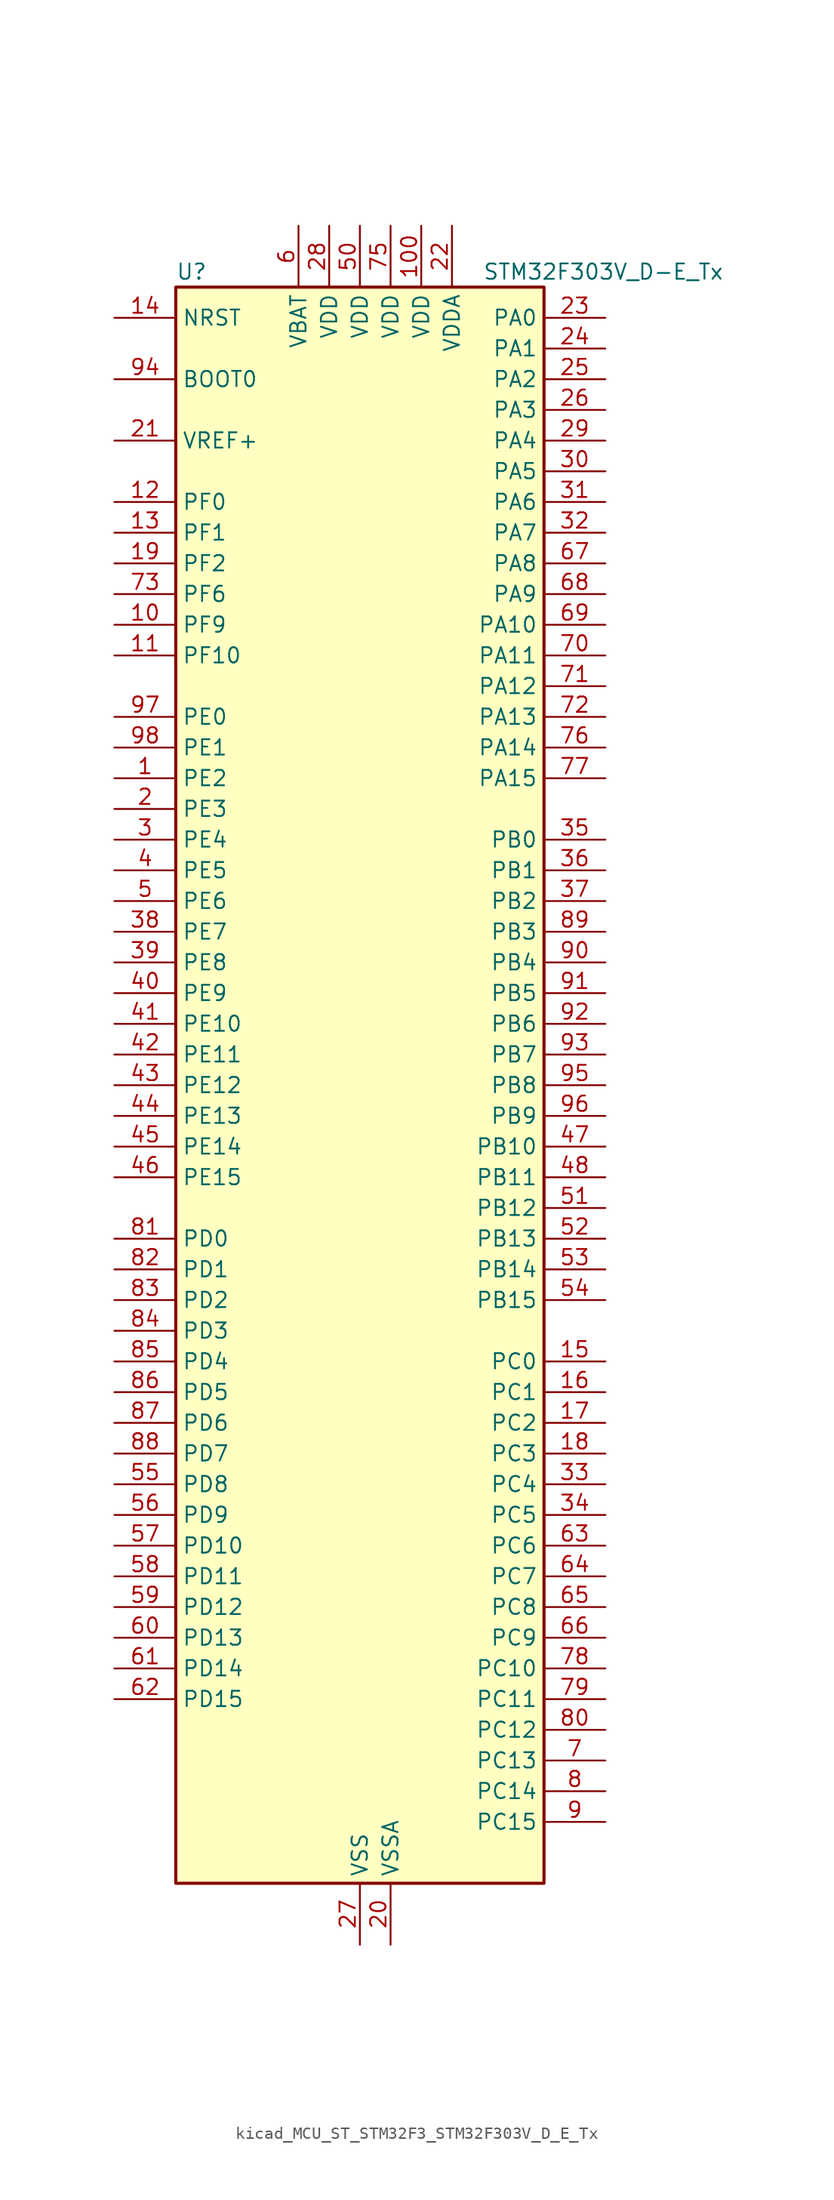
<source format=kicad_sym>
(kicad_symbol_lib
  (version 20220914)
  (generator kicad_symbol_editor)
  (symbol "kicad_MCU_ST_STM32F3_STM32F303V_D_E_Tx"
    (property "Reference" "U"
      (at -15.24 67.31 0)
      (effects (font (size 1.27 1.27)) (justify left)))
    (property "Value" "STM32F303V_D-E_Tx"
      (at 10.16 67.31 0)
      (effects (font (size 1.27 1.27)) (justify left)))
    (property "ki_locked" ""
      (at 0 0 0)
      (effects (font (size 1.27 1.27))))
    (symbol "kicad_MCU_ST_STM32F3_STM32F303V_D_E_Tx_0_1"
      (rectangle (start -15.24 -66.04) (end 15.24 66.04) (stroke (width 0.254) (type default)) (fill (type background))))
    (symbol "kicad_MCU_ST_STM32F3_STM32F303V_D_E_Tx_1_1"
      (pin bidirectional line (at -20.32 25.4 0) (length 5.08) (name "PE2" (effects (font (size 1.27 1.27)))) (number "1" (effects (font (size 1.27 1.27)))) (alternate "ADC3_EXTI2" bidirectional line) (alternate "ADC4_EXTI2" bidirectional line) (alternate "FMC_A23" bidirectional line) (alternate "SPI4_SCK" bidirectional line) (alternate "SYS_TRACECK" bidirectional line) (alternate "TIM20_CH1" bidirectional line) (alternate "TIM3_CH1" bidirectional line) (alternate "TSC_G7_IO1" bidirectional line))
      (pin bidirectional line (at -20.32 38.1 0) (length 5.08) (name "PF9" (effects (font (size 1.27 1.27)))) (number "10" (effects (font (size 1.27 1.27)))) (alternate "DAC1_EXTI9" bidirectional line) (alternate "FMC_CD" bidirectional line) (alternate "SPI2_SCK" bidirectional line) (alternate "TIM15_CH1" bidirectional line) (alternate "TIM20_BKIN" bidirectional line))
      (pin power_in line (at 5.08 71.12 270) (length 5.08) (name "VDD" (effects (font (size 1.27 1.27)))) (number "100" (effects (font (size 1.27 1.27)))))
      (pin bidirectional line (at -20.32 35.56 0) (length 5.08) (name "PF10" (effects (font (size 1.27 1.27)))) (number "11" (effects (font (size 1.27 1.27)))) (alternate "FMC_INTR" bidirectional line) (alternate "SPI2_SCK" bidirectional line) (alternate "TIM15_CH2" bidirectional line) (alternate "TIM20_BKIN2" bidirectional line))
      (pin bidirectional line (at -20.32 48.26 0) (length 5.08) (name "PF0" (effects (font (size 1.27 1.27)))) (number "12" (effects (font (size 1.27 1.27)))) (alternate "I2C2_SDA" bidirectional line) (alternate "I2S2_WS" bidirectional line) (alternate "RCC_OSC_IN" bidirectional line) (alternate "SPI2_NSS" bidirectional line) (alternate "TIM1_CH3N" bidirectional line))
      (pin bidirectional line (at -20.32 45.72 0) (length 5.08) (name "PF1" (effects (font (size 1.27 1.27)))) (number "13" (effects (font (size 1.27 1.27)))) (alternate "I2C2_SCL" bidirectional line) (alternate "I2S2_CK" bidirectional line) (alternate "RCC_OSC_OUT" bidirectional line) (alternate "SPI2_SCK" bidirectional line))
      (pin input line (at -20.32 63.5 0) (length 5.08) (name "NRST" (effects (font (size 1.27 1.27)))) (number "14" (effects (font (size 1.27 1.27)))))
      (pin bidirectional line (at 20.32 -22.86 180) (length 5.08) (name "PC0" (effects (font (size 1.27 1.27)))) (number "15" (effects (font (size 1.27 1.27)))) (alternate "ADC1_IN6" bidirectional line) (alternate "ADC2_IN6" bidirectional line) (alternate "COMP7_INM" bidirectional line) (alternate "TIM1_CH1" bidirectional line))
      (pin bidirectional line (at 20.32 -25.4 180) (length 5.08) (name "PC1" (effects (font (size 1.27 1.27)))) (number "16" (effects (font (size 1.27 1.27)))) (alternate "ADC1_IN7" bidirectional line) (alternate "ADC2_IN7" bidirectional line) (alternate "COMP7_INP" bidirectional line) (alternate "TIM1_CH2" bidirectional line))
      (pin bidirectional line (at 20.32 -27.94 180) (length 5.08) (name "PC2" (effects (font (size 1.27 1.27)))) (number "17" (effects (font (size 1.27 1.27)))) (alternate "ADC1_IN8" bidirectional line) (alternate "ADC2_IN8" bidirectional line) (alternate "ADC3_EXTI2" bidirectional line) (alternate "ADC4_EXTI2" bidirectional line) (alternate "COMP7_OUT" bidirectional line) (alternate "TIM1_CH3" bidirectional line))
      (pin bidirectional line (at 20.32 -30.48 180) (length 5.08) (name "PC3" (effects (font (size 1.27 1.27)))) (number "18" (effects (font (size 1.27 1.27)))) (alternate "ADC1_IN9" bidirectional line) (alternate "ADC2_IN9" bidirectional line) (alternate "TIM1_BKIN2" bidirectional line) (alternate "TIM1_CH4" bidirectional line))
      (pin bidirectional line (at -20.32 43.18 0) (length 5.08) (name "PF2" (effects (font (size 1.27 1.27)))) (number "19" (effects (font (size 1.27 1.27)))) (alternate "ADC1_IN10" bidirectional line) (alternate "ADC2_IN10" bidirectional line) (alternate "ADC3_EXTI2" bidirectional line) (alternate "ADC4_EXTI2" bidirectional line) (alternate "FMC_A2" bidirectional line) (alternate "TIM20_CH3" bidirectional line))
      (pin bidirectional line (at -20.32 22.86 0) (length 5.08) (name "PE3" (effects (font (size 1.27 1.27)))) (number "2" (effects (font (size 1.27 1.27)))) (alternate "FMC_A19" bidirectional line) (alternate "SPI4_NSS" bidirectional line) (alternate "SYS_TRACED0" bidirectional line) (alternate "TIM20_CH2" bidirectional line) (alternate "TIM3_CH2" bidirectional line) (alternate "TSC_G7_IO2" bidirectional line))
      (pin power_in line (at 2.54 -71.12 90) (length 5.08) (name "VSSA" (effects (font (size 1.27 1.27)))) (number "20" (effects (font (size 1.27 1.27)))))
      (pin input line (at -20.32 53.34 0) (length 5.08) (name "VREF+" (effects (font (size 1.27 1.27)))) (number "21" (effects (font (size 1.27 1.27)))))
      (pin power_in line (at 7.62 71.12 270) (length 5.08) (name "VDDA" (effects (font (size 1.27 1.27)))) (number "22" (effects (font (size 1.27 1.27)))))
      (pin bidirectional line (at 20.32 63.5 180) (length 5.08) (name "PA0" (effects (font (size 1.27 1.27)))) (number "23" (effects (font (size 1.27 1.27)))) (alternate "ADC1_IN1" bidirectional line) (alternate "COMP1_INM" bidirectional line) (alternate "COMP1_OUT" bidirectional line) (alternate "RTC_TAMP2" bidirectional line) (alternate "SYS_WKUP1" bidirectional line) (alternate "TIM2_CH1" bidirectional line) (alternate "TIM2_ETR" bidirectional line) (alternate "TIM8_BKIN" bidirectional line) (alternate "TIM8_ETR" bidirectional line) (alternate "TSC_G1_IO1" bidirectional line) (alternate "USART2_CTS" bidirectional line))
      (pin bidirectional line (at 20.32 60.96 180) (length 5.08) (name "PA1" (effects (font (size 1.27 1.27)))) (number "24" (effects (font (size 1.27 1.27)))) (alternate "ADC1_IN2" bidirectional line) (alternate "COMP1_INP" bidirectional line) (alternate "OPAMP1_VINP" bidirectional line) (alternate "OPAMP1_VINP_SEC" bidirectional line) (alternate "OPAMP3_VINP" bidirectional line) (alternate "OPAMP3_VINP_SEC" bidirectional line) (alternate "RTC_REFIN" bidirectional line) (alternate "TIM15_CH1N" bidirectional line) (alternate "TIM2_CH2" bidirectional line) (alternate "TSC_G1_IO2" bidirectional line) (alternate "USART2_DE" bidirectional line) (alternate "USART2_RTS" bidirectional line))
      (pin bidirectional line (at 20.32 58.42 180) (length 5.08) (name "PA2" (effects (font (size 1.27 1.27)))) (number "25" (effects (font (size 1.27 1.27)))) (alternate "ADC1_IN3" bidirectional line) (alternate "ADC3_EXTI2" bidirectional line) (alternate "ADC4_EXTI2" bidirectional line) (alternate "COMP2_INM" bidirectional line) (alternate "COMP2_OUT" bidirectional line) (alternate "OPAMP1_VOUT" bidirectional line) (alternate "TIM15_CH1" bidirectional line) (alternate "TIM2_CH3" bidirectional line) (alternate "TSC_G1_IO3" bidirectional line) (alternate "USART2_TX" bidirectional line))
      (pin bidirectional line (at 20.32 55.88 180) (length 5.08) (name "PA3" (effects (font (size 1.27 1.27)))) (number "26" (effects (font (size 1.27 1.27)))) (alternate "ADC1_IN4" bidirectional line) (alternate "OPAMP1_VINM" bidirectional line) (alternate "OPAMP1_VINM_SEC" bidirectional line) (alternate "OPAMP1_VINP" bidirectional line) (alternate "OPAMP1_VINP_SEC" bidirectional line) (alternate "TIM15_CH2" bidirectional line) (alternate "TIM2_CH4" bidirectional line) (alternate "TSC_G1_IO4" bidirectional line) (alternate "USART2_RX" bidirectional line))
      (pin power_in line (at 0 -71.12 90) (length 5.08) (name "VSS" (effects (font (size 1.27 1.27)))) (number "27" (effects (font (size 1.27 1.27)))))
      (pin power_in line (at -2.54 71.12 270) (length 5.08) (name "VDD" (effects (font (size 1.27 1.27)))) (number "28" (effects (font (size 1.27 1.27)))))
      (pin bidirectional line (at 20.32 53.34 180) (length 5.08) (name "PA4" (effects (font (size 1.27 1.27)))) (number "29" (effects (font (size 1.27 1.27)))) (alternate "ADC2_IN1" bidirectional line) (alternate "COMP1_INM" bidirectional line) (alternate "COMP2_INM" bidirectional line) (alternate "COMP3_INM" bidirectional line) (alternate "COMP4_INM" bidirectional line) (alternate "COMP5_INM" bidirectional line) (alternate "COMP6_INM" bidirectional line) (alternate "COMP7_INM" bidirectional line) (alternate "DAC1_OUT1" bidirectional line) (alternate "I2S3_WS" bidirectional line) (alternate "OPAMP4_VINP" bidirectional line) (alternate "OPAMP4_VINP_SEC" bidirectional line) (alternate "SPI1_NSS" bidirectional line) (alternate "SPI3_NSS" bidirectional line) (alternate "TIM3_CH2" bidirectional line) (alternate "TSC_G2_IO1" bidirectional line) (alternate "USART2_CK" bidirectional line))
      (pin bidirectional line (at -20.32 20.32 0) (length 5.08) (name "PE4" (effects (font (size 1.27 1.27)))) (number "3" (effects (font (size 1.27 1.27)))) (alternate "FMC_A20" bidirectional line) (alternate "SPI4_NSS" bidirectional line) (alternate "SYS_TRACED1" bidirectional line) (alternate "TIM20_CH1N" bidirectional line) (alternate "TIM3_CH3" bidirectional line) (alternate "TSC_G7_IO3" bidirectional line))
      (pin bidirectional line (at 20.32 50.8 180) (length 5.08) (name "PA5" (effects (font (size 1.27 1.27)))) (number "30" (effects (font (size 1.27 1.27)))) (alternate "ADC2_IN2" bidirectional line) (alternate "COMP1_INM" bidirectional line) (alternate "COMP2_INM" bidirectional line) (alternate "COMP3_INM" bidirectional line) (alternate "COMP4_INM" bidirectional line) (alternate "COMP5_INM" bidirectional line) (alternate "COMP6_INM" bidirectional line) (alternate "COMP7_INM" bidirectional line) (alternate "DAC1_OUT2" bidirectional line) (alternate "OPAMP1_VINP" bidirectional line) (alternate "OPAMP1_VINP_SEC" bidirectional line) (alternate "OPAMP2_VINM" bidirectional line) (alternate "OPAMP2_VINM_SEC" bidirectional line) (alternate "OPAMP3_VINP" bidirectional line) (alternate "OPAMP3_VINP_SEC" bidirectional line) (alternate "SPI1_SCK" bidirectional line) (alternate "TIM2_CH1" bidirectional line) (alternate "TIM2_ETR" bidirectional line) (alternate "TSC_G2_IO2" bidirectional line))
      (pin bidirectional line (at 20.32 48.26 180) (length 5.08) (name "PA6" (effects (font (size 1.27 1.27)))) (number "31" (effects (font (size 1.27 1.27)))) (alternate "ADC2_IN3" bidirectional line) (alternate "COMP1_OUT" bidirectional line) (alternate "OPAMP2_VOUT" bidirectional line) (alternate "SPI1_MISO" bidirectional line) (alternate "TIM16_CH1" bidirectional line) (alternate "TIM1_BKIN" bidirectional line) (alternate "TIM3_CH1" bidirectional line) (alternate "TIM8_BKIN" bidirectional line) (alternate "TSC_G2_IO3" bidirectional line))
      (pin bidirectional line (at 20.32 45.72 180) (length 5.08) (name "PA7" (effects (font (size 1.27 1.27)))) (number "32" (effects (font (size 1.27 1.27)))) (alternate "ADC2_IN4" bidirectional line) (alternate "COMP2_INP" bidirectional line) (alternate "OPAMP1_VINP" bidirectional line) (alternate "OPAMP1_VINP_SEC" bidirectional line) (alternate "OPAMP2_VINP" bidirectional line) (alternate "OPAMP2_VINP_SEC" bidirectional line) (alternate "SPI1_MOSI" bidirectional line) (alternate "TIM17_CH1" bidirectional line) (alternate "TIM1_CH1N" bidirectional line) (alternate "TIM3_CH2" bidirectional line) (alternate "TIM8_CH1N" bidirectional line) (alternate "TSC_G2_IO4" bidirectional line))
      (pin bidirectional line (at 20.32 -33.02 180) (length 5.08) (name "PC4" (effects (font (size 1.27 1.27)))) (number "33" (effects (font (size 1.27 1.27)))) (alternate "ADC2_IN5" bidirectional line) (alternate "TIM1_ETR" bidirectional line) (alternate "USART1_TX" bidirectional line))
      (pin bidirectional line (at 20.32 -35.56 180) (length 5.08) (name "PC5" (effects (font (size 1.27 1.27)))) (number "34" (effects (font (size 1.27 1.27)))) (alternate "ADC2_IN11" bidirectional line) (alternate "OPAMP1_VINM" bidirectional line) (alternate "OPAMP1_VINM_SEC" bidirectional line) (alternate "OPAMP2_VINM" bidirectional line) (alternate "OPAMP2_VINM_SEC" bidirectional line) (alternate "TIM15_BKIN" bidirectional line) (alternate "TSC_G3_IO1" bidirectional line) (alternate "USART1_RX" bidirectional line))
      (pin bidirectional line (at 20.32 20.32 180) (length 5.08) (name "PB0" (effects (font (size 1.27 1.27)))) (number "35" (effects (font (size 1.27 1.27)))) (alternate "ADC3_IN12" bidirectional line) (alternate "COMP4_INP" bidirectional line) (alternate "OPAMP2_VINP" bidirectional line) (alternate "OPAMP2_VINP_SEC" bidirectional line) (alternate "OPAMP3_VINP" bidirectional line) (alternate "OPAMP3_VINP_SEC" bidirectional line) (alternate "TIM1_CH2N" bidirectional line) (alternate "TIM3_CH3" bidirectional line) (alternate "TIM8_CH2N" bidirectional line) (alternate "TSC_G3_IO2" bidirectional line))
      (pin bidirectional line (at 20.32 17.78 180) (length 5.08) (name "PB1" (effects (font (size 1.27 1.27)))) (number "36" (effects (font (size 1.27 1.27)))) (alternate "ADC3_IN1" bidirectional line) (alternate "COMP4_OUT" bidirectional line) (alternate "OPAMP3_VOUT" bidirectional line) (alternate "TIM1_CH3N" bidirectional line) (alternate "TIM3_CH4" bidirectional line) (alternate "TIM8_CH3N" bidirectional line) (alternate "TSC_G3_IO3" bidirectional line))
      (pin bidirectional line (at 20.32 15.24 180) (length 5.08) (name "PB2" (effects (font (size 1.27 1.27)))) (number "37" (effects (font (size 1.27 1.27)))) (alternate "ADC2_IN12" bidirectional line) (alternate "ADC3_EXTI2" bidirectional line) (alternate "ADC4_EXTI2" bidirectional line) (alternate "COMP4_INM" bidirectional line) (alternate "OPAMP3_VINM" bidirectional line) (alternate "OPAMP3_VINM_SEC" bidirectional line) (alternate "TSC_G3_IO4" bidirectional line))
      (pin bidirectional line (at -20.32 12.7 0) (length 5.08) (name "PE7" (effects (font (size 1.27 1.27)))) (number "38" (effects (font (size 1.27 1.27)))) (alternate "ADC3_IN13" bidirectional line) (alternate "FMC_D4" bidirectional line) (alternate "FMC_DA4" bidirectional line) (alternate "TIM1_ETR" bidirectional line))
      (pin bidirectional line (at -20.32 10.16 0) (length 5.08) (name "PE8" (effects (font (size 1.27 1.27)))) (number "39" (effects (font (size 1.27 1.27)))) (alternate "ADC3_IN6" bidirectional line) (alternate "ADC4_IN6" bidirectional line) (alternate "COMP4_INM" bidirectional line) (alternate "FMC_D5" bidirectional line) (alternate "FMC_DA5" bidirectional line) (alternate "TIM1_CH1N" bidirectional line))
      (pin bidirectional line (at -20.32 17.78 0) (length 5.08) (name "PE5" (effects (font (size 1.27 1.27)))) (number "4" (effects (font (size 1.27 1.27)))) (alternate "FMC_A21" bidirectional line) (alternate "SPI4_MISO" bidirectional line) (alternate "SYS_TRACED2" bidirectional line) (alternate "TIM20_CH2N" bidirectional line) (alternate "TIM3_CH4" bidirectional line) (alternate "TSC_G7_IO4" bidirectional line))
      (pin bidirectional line (at -20.32 7.62 0) (length 5.08) (name "PE9" (effects (font (size 1.27 1.27)))) (number "40" (effects (font (size 1.27 1.27)))) (alternate "ADC3_IN2" bidirectional line) (alternate "DAC1_EXTI9" bidirectional line) (alternate "FMC_D6" bidirectional line) (alternate "FMC_DA6" bidirectional line) (alternate "TIM1_CH1" bidirectional line))
      (pin bidirectional line (at -20.32 5.08 0) (length 5.08) (name "PE10" (effects (font (size 1.27 1.27)))) (number "41" (effects (font (size 1.27 1.27)))) (alternate "ADC3_IN14" bidirectional line) (alternate "FMC_D7" bidirectional line) (alternate "FMC_DA7" bidirectional line) (alternate "TIM1_CH2N" bidirectional line))
      (pin bidirectional line (at -20.32 2.54 0) (length 5.08) (name "PE11" (effects (font (size 1.27 1.27)))) (number "42" (effects (font (size 1.27 1.27)))) (alternate "ADC1_EXTI11" bidirectional line) (alternate "ADC2_EXTI11" bidirectional line) (alternate "ADC3_IN15" bidirectional line) (alternate "FMC_D8" bidirectional line) (alternate "FMC_DA8" bidirectional line) (alternate "SPI4_NSS" bidirectional line) (alternate "TIM1_CH2" bidirectional line))
      (pin bidirectional line (at -20.32 0 0) (length 5.08) (name "PE12" (effects (font (size 1.27 1.27)))) (number "43" (effects (font (size 1.27 1.27)))) (alternate "ADC3_IN16" bidirectional line) (alternate "FMC_D9" bidirectional line) (alternate "FMC_DA9" bidirectional line) (alternate "SPI4_SCK" bidirectional line) (alternate "TIM1_CH3N" bidirectional line))
      (pin bidirectional line (at -20.32 -2.54 0) (length 5.08) (name "PE13" (effects (font (size 1.27 1.27)))) (number "44" (effects (font (size 1.27 1.27)))) (alternate "ADC3_IN3" bidirectional line) (alternate "FMC_D10" bidirectional line) (alternate "FMC_DA10" bidirectional line) (alternate "SPI4_MISO" bidirectional line) (alternate "TIM1_CH3" bidirectional line))
      (pin bidirectional line (at -20.32 -5.08 0) (length 5.08) (name "PE14" (effects (font (size 1.27 1.27)))) (number "45" (effects (font (size 1.27 1.27)))) (alternate "ADC4_IN1" bidirectional line) (alternate "FMC_D11" bidirectional line) (alternate "FMC_DA11" bidirectional line) (alternate "SPI4_MOSI" bidirectional line) (alternate "TIM1_BKIN2" bidirectional line) (alternate "TIM1_CH4" bidirectional line))
      (pin bidirectional line (at -20.32 -7.62 0) (length 5.08) (name "PE15" (effects (font (size 1.27 1.27)))) (number "46" (effects (font (size 1.27 1.27)))) (alternate "ADC1_EXTI15" bidirectional line) (alternate "ADC2_EXTI15" bidirectional line) (alternate "ADC3_EXTI15" bidirectional line) (alternate "ADC4_EXTI15" bidirectional line) (alternate "ADC4_IN2" bidirectional line) (alternate "FMC_D12" bidirectional line) (alternate "FMC_DA12" bidirectional line) (alternate "TIM1_BKIN" bidirectional line) (alternate "USART3_RX" bidirectional line))
      (pin bidirectional line (at 20.32 -5.08 180) (length 5.08) (name "PB10" (effects (font (size 1.27 1.27)))) (number "47" (effects (font (size 1.27 1.27)))) (alternate "COMP5_INM" bidirectional line) (alternate "OPAMP3_VINM" bidirectional line) (alternate "OPAMP3_VINM_SEC" bidirectional line) (alternate "OPAMP4_VINM" bidirectional line) (alternate "OPAMP4_VINM_SEC" bidirectional line) (alternate "TIM2_CH3" bidirectional line) (alternate "TSC_SYNC" bidirectional line) (alternate "USART3_TX" bidirectional line))
      (pin bidirectional line (at 20.32 -7.62 180) (length 5.08) (name "PB11" (effects (font (size 1.27 1.27)))) (number "48" (effects (font (size 1.27 1.27)))) (alternate "ADC1_EXTI11" bidirectional line) (alternate "ADC1_IN14" bidirectional line) (alternate "ADC2_EXTI11" bidirectional line) (alternate "ADC2_IN14" bidirectional line) (alternate "COMP6_INP" bidirectional line) (alternate "OPAMP4_VINP" bidirectional line) (alternate "OPAMP4_VINP_SEC" bidirectional line) (alternate "TIM2_CH4" bidirectional line) (alternate "TSC_G6_IO1" bidirectional line) (alternate "USART3_RX" bidirectional line))
      (pin passive line (at 0 -71.12 90) (length 5.08) hide (name "VSS" (effects (font (size 1.27 1.27)))) (number "49" (effects (font (size 1.27 1.27)))))
      (pin bidirectional line (at -20.32 15.24 0) (length 5.08) (name "PE6" (effects (font (size 1.27 1.27)))) (number "5" (effects (font (size 1.27 1.27)))) (alternate "FMC_A22" bidirectional line) (alternate "RTC_TAMP3" bidirectional line) (alternate "SPI4_MOSI" bidirectional line) (alternate "SYS_TRACED3" bidirectional line) (alternate "SYS_WKUP3" bidirectional line) (alternate "TIM20_CH3N" bidirectional line))
      (pin power_in line (at 0 71.12 270) (length 5.08) (name "VDD" (effects (font (size 1.27 1.27)))) (number "50" (effects (font (size 1.27 1.27)))))
      (pin bidirectional line (at 20.32 -10.16 180) (length 5.08) (name "PB12" (effects (font (size 1.27 1.27)))) (number "51" (effects (font (size 1.27 1.27)))) (alternate "ADC4_IN3" bidirectional line) (alternate "COMP3_INM" bidirectional line) (alternate "I2C2_SMBA" bidirectional line) (alternate "I2S2_WS" bidirectional line) (alternate "OPAMP4_VOUT" bidirectional line) (alternate "SPI2_NSS" bidirectional line) (alternate "TIM1_BKIN" bidirectional line) (alternate "TSC_G6_IO2" bidirectional line) (alternate "USART3_CK" bidirectional line))
      (pin bidirectional line (at 20.32 -12.7 180) (length 5.08) (name "PB13" (effects (font (size 1.27 1.27)))) (number "52" (effects (font (size 1.27 1.27)))) (alternate "ADC3_IN5" bidirectional line) (alternate "COMP5_INP" bidirectional line) (alternate "I2S2_CK" bidirectional line) (alternate "OPAMP3_VINP" bidirectional line) (alternate "OPAMP3_VINP_SEC" bidirectional line) (alternate "OPAMP4_VINP" bidirectional line) (alternate "OPAMP4_VINP_SEC" bidirectional line) (alternate "SPI2_SCK" bidirectional line) (alternate "TIM1_CH1N" bidirectional line) (alternate "TSC_G6_IO3" bidirectional line) (alternate "USART3_CTS" bidirectional line))
      (pin bidirectional line (at 20.32 -15.24 180) (length 5.08) (name "PB14" (effects (font (size 1.27 1.27)))) (number "53" (effects (font (size 1.27 1.27)))) (alternate "ADC4_IN4" bidirectional line) (alternate "COMP3_INP" bidirectional line) (alternate "I2S2_ext_SD" bidirectional line) (alternate "OPAMP2_VINP" bidirectional line) (alternate "OPAMP2_VINP_SEC" bidirectional line) (alternate "SPI2_MISO" bidirectional line) (alternate "TIM15_CH1" bidirectional line) (alternate "TIM1_CH2N" bidirectional line) (alternate "TSC_G6_IO4" bidirectional line) (alternate "USART3_DE" bidirectional line) (alternate "USART3_RTS" bidirectional line))
      (pin bidirectional line (at 20.32 -17.78 180) (length 5.08) (name "PB15" (effects (font (size 1.27 1.27)))) (number "54" (effects (font (size 1.27 1.27)))) (alternate "ADC1_EXTI15" bidirectional line) (alternate "ADC2_EXTI15" bidirectional line) (alternate "ADC3_EXTI15" bidirectional line) (alternate "ADC4_EXTI15" bidirectional line) (alternate "ADC4_IN5" bidirectional line) (alternate "COMP6_INM" bidirectional line) (alternate "I2S2_SD" bidirectional line) (alternate "RTC_REFIN" bidirectional line) (alternate "SPI2_MOSI" bidirectional line) (alternate "TIM15_CH1N" bidirectional line) (alternate "TIM15_CH2" bidirectional line) (alternate "TIM1_CH3N" bidirectional line))
      (pin bidirectional line (at -20.32 -33.02 0) (length 5.08) (name "PD8" (effects (font (size 1.27 1.27)))) (number "55" (effects (font (size 1.27 1.27)))) (alternate "ADC4_IN12" bidirectional line) (alternate "FMC_D13" bidirectional line) (alternate "FMC_DA13" bidirectional line) (alternate "OPAMP4_VINM" bidirectional line) (alternate "OPAMP4_VINM_SEC" bidirectional line) (alternate "USART3_TX" bidirectional line))
      (pin bidirectional line (at -20.32 -35.56 0) (length 5.08) (name "PD9" (effects (font (size 1.27 1.27)))) (number "56" (effects (font (size 1.27 1.27)))) (alternate "ADC4_IN13" bidirectional line) (alternate "DAC1_EXTI9" bidirectional line) (alternate "FMC_D14" bidirectional line) (alternate "FMC_DA14" bidirectional line) (alternate "USART3_RX" bidirectional line))
      (pin bidirectional line (at -20.32 -38.1 0) (length 5.08) (name "PD10" (effects (font (size 1.27 1.27)))) (number "57" (effects (font (size 1.27 1.27)))) (alternate "ADC3_IN7" bidirectional line) (alternate "ADC4_IN7" bidirectional line) (alternate "COMP6_INM" bidirectional line) (alternate "FMC_D15" bidirectional line) (alternate "FMC_DA15" bidirectional line) (alternate "USART3_CK" bidirectional line))
      (pin bidirectional line (at -20.32 -40.64 0) (length 5.08) (name "PD11" (effects (font (size 1.27 1.27)))) (number "58" (effects (font (size 1.27 1.27)))) (alternate "ADC1_EXTI11" bidirectional line) (alternate "ADC2_EXTI11" bidirectional line) (alternate "ADC3_IN8" bidirectional line) (alternate "ADC4_IN8" bidirectional line) (alternate "FMC_A16" bidirectional line) (alternate "FMC_CLE" bidirectional line) (alternate "OPAMP4_VINP" bidirectional line) (alternate "OPAMP4_VINP_SEC" bidirectional line) (alternate "USART3_CTS" bidirectional line))
      (pin bidirectional line (at -20.32 -43.18 0) (length 5.08) (name "PD12" (effects (font (size 1.27 1.27)))) (number "59" (effects (font (size 1.27 1.27)))) (alternate "ADC3_IN9" bidirectional line) (alternate "ADC4_IN9" bidirectional line) (alternate "FMC_A17" bidirectional line) (alternate "FMC_ALE" bidirectional line) (alternate "TIM4_CH1" bidirectional line) (alternate "TSC_G8_IO1" bidirectional line) (alternate "USART3_DE" bidirectional line) (alternate "USART3_RTS" bidirectional line))
      (pin power_in line (at -5.08 71.12 270) (length 5.08) (name "VBAT" (effects (font (size 1.27 1.27)))) (number "6" (effects (font (size 1.27 1.27)))))
      (pin bidirectional line (at -20.32 -45.72 0) (length 5.08) (name "PD13" (effects (font (size 1.27 1.27)))) (number "60" (effects (font (size 1.27 1.27)))) (alternate "ADC3_IN10" bidirectional line) (alternate "ADC4_IN10" bidirectional line) (alternate "COMP5_INM" bidirectional line) (alternate "FMC_A18" bidirectional line) (alternate "TIM4_CH2" bidirectional line) (alternate "TSC_G8_IO2" bidirectional line))
      (pin bidirectional line (at -20.32 -48.26 0) (length 5.08) (name "PD14" (effects (font (size 1.27 1.27)))) (number "61" (effects (font (size 1.27 1.27)))) (alternate "ADC3_IN11" bidirectional line) (alternate "ADC4_IN11" bidirectional line) (alternate "FMC_D0" bidirectional line) (alternate "FMC_DA0" bidirectional line) (alternate "OPAMP2_VINP" bidirectional line) (alternate "OPAMP2_VINP_SEC" bidirectional line) (alternate "TIM4_CH3" bidirectional line) (alternate "TSC_G8_IO3" bidirectional line))
      (pin bidirectional line (at -20.32 -50.8 0) (length 5.08) (name "PD15" (effects (font (size 1.27 1.27)))) (number "62" (effects (font (size 1.27 1.27)))) (alternate "ADC1_EXTI15" bidirectional line) (alternate "ADC2_EXTI15" bidirectional line) (alternate "ADC3_EXTI15" bidirectional line) (alternate "ADC4_EXTI15" bidirectional line) (alternate "COMP3_INM" bidirectional line) (alternate "FMC_D1" bidirectional line) (alternate "FMC_DA1" bidirectional line) (alternate "SPI2_NSS" bidirectional line) (alternate "TIM4_CH4" bidirectional line) (alternate "TSC_G8_IO4" bidirectional line))
      (pin bidirectional line (at 20.32 -38.1 180) (length 5.08) (name "PC6" (effects (font (size 1.27 1.27)))) (number "63" (effects (font (size 1.27 1.27)))) (alternate "COMP6_OUT" bidirectional line) (alternate "I2S2_MCK" bidirectional line) (alternate "TIM3_CH1" bidirectional line) (alternate "TIM8_CH1" bidirectional line))
      (pin bidirectional line (at 20.32 -40.64 180) (length 5.08) (name "PC7" (effects (font (size 1.27 1.27)))) (number "64" (effects (font (size 1.27 1.27)))) (alternate "COMP5_OUT" bidirectional line) (alternate "I2S3_MCK" bidirectional line) (alternate "TIM3_CH2" bidirectional line) (alternate "TIM8_CH2" bidirectional line))
      (pin bidirectional line (at 20.32 -43.18 180) (length 5.08) (name "PC8" (effects (font (size 1.27 1.27)))) (number "65" (effects (font (size 1.27 1.27)))) (alternate "COMP3_OUT" bidirectional line) (alternate "TIM3_CH3" bidirectional line) (alternate "TIM8_CH3" bidirectional line))
      (pin bidirectional line (at 20.32 -45.72 180) (length 5.08) (name "PC9" (effects (font (size 1.27 1.27)))) (number "66" (effects (font (size 1.27 1.27)))) (alternate "DAC1_EXTI9" bidirectional line) (alternate "I2C3_SDA" bidirectional line) (alternate "I2S_CKIN" bidirectional line) (alternate "TIM3_CH4" bidirectional line) (alternate "TIM8_BKIN2" bidirectional line) (alternate "TIM8_CH4" bidirectional line))
      (pin bidirectional line (at 20.32 43.18 180) (length 5.08) (name "PA8" (effects (font (size 1.27 1.27)))) (number "67" (effects (font (size 1.27 1.27)))) (alternate "COMP3_OUT" bidirectional line) (alternate "I2C2_SMBA" bidirectional line) (alternate "I2C3_SCL" bidirectional line) (alternate "I2S2_MCK" bidirectional line) (alternate "RCC_MCO" bidirectional line) (alternate "TIM1_CH1" bidirectional line) (alternate "TIM4_ETR" bidirectional line) (alternate "USART1_CK" bidirectional line))
      (pin bidirectional line (at 20.32 40.64 180) (length 5.08) (name "PA9" (effects (font (size 1.27 1.27)))) (number "68" (effects (font (size 1.27 1.27)))) (alternate "COMP5_OUT" bidirectional line) (alternate "DAC1_EXTI9" bidirectional line) (alternate "I2C2_SCL" bidirectional line) (alternate "I2C3_SMBA" bidirectional line) (alternate "I2S3_MCK" bidirectional line) (alternate "TIM15_BKIN" bidirectional line) (alternate "TIM1_CH2" bidirectional line) (alternate "TIM2_CH3" bidirectional line) (alternate "TSC_G4_IO1" bidirectional line) (alternate "USART1_TX" bidirectional line))
      (pin bidirectional line (at 20.32 38.1 180) (length 5.08) (name "PA10" (effects (font (size 1.27 1.27)))) (number "69" (effects (font (size 1.27 1.27)))) (alternate "COMP6_OUT" bidirectional line) (alternate "I2C2_SDA" bidirectional line) (alternate "I2S2_ext_SD" bidirectional line) (alternate "SPI2_MISO" bidirectional line) (alternate "TIM17_BKIN" bidirectional line) (alternate "TIM1_CH3" bidirectional line) (alternate "TIM2_CH4" bidirectional line) (alternate "TIM8_BKIN" bidirectional line) (alternate "TSC_G4_IO2" bidirectional line) (alternate "USART1_RX" bidirectional line))
      (pin bidirectional line (at 20.32 -55.88 180) (length 5.08) (name "PC13" (effects (font (size 1.27 1.27)))) (number "7" (effects (font (size 1.27 1.27)))) (alternate "RTC_OUT_ALARM" bidirectional line) (alternate "RTC_OUT_CALIB" bidirectional line) (alternate "RTC_TAMP1" bidirectional line) (alternate "RTC_TS" bidirectional line) (alternate "SYS_WKUP2" bidirectional line) (alternate "TIM1_CH1N" bidirectional line))
      (pin bidirectional line (at 20.32 35.56 180) (length 5.08) (name "PA11" (effects (font (size 1.27 1.27)))) (number "70" (effects (font (size 1.27 1.27)))) (alternate "ADC1_EXTI11" bidirectional line) (alternate "ADC2_EXTI11" bidirectional line) (alternate "CAN_RX" bidirectional line) (alternate "COMP1_OUT" bidirectional line) (alternate "I2S2_SD" bidirectional line) (alternate "SPI2_MOSI" bidirectional line) (alternate "TIM1_BKIN2" bidirectional line) (alternate "TIM1_CH1N" bidirectional line) (alternate "TIM1_CH4" bidirectional line) (alternate "TIM4_CH1" bidirectional line) (alternate "USART1_CTS" bidirectional line) (alternate "USB_DM" bidirectional line))
      (pin bidirectional line (at 20.32 33.02 180) (length 5.08) (name "PA12" (effects (font (size 1.27 1.27)))) (number "71" (effects (font (size 1.27 1.27)))) (alternate "CAN_TX" bidirectional line) (alternate "COMP2_OUT" bidirectional line) (alternate "I2S_CKIN" bidirectional line) (alternate "TIM16_CH1" bidirectional line) (alternate "TIM1_CH2N" bidirectional line) (alternate "TIM1_ETR" bidirectional line) (alternate "TIM4_CH2" bidirectional line) (alternate "USART1_DE" bidirectional line) (alternate "USART1_RTS" bidirectional line) (alternate "USB_DP" bidirectional line))
      (pin bidirectional line (at 20.32 30.48 180) (length 5.08) (name "PA13" (effects (font (size 1.27 1.27)))) (number "72" (effects (font (size 1.27 1.27)))) (alternate "IR_OUT" bidirectional line) (alternate "SYS_JTMS-SWDIO" bidirectional line) (alternate "TIM16_CH1N" bidirectional line) (alternate "TIM4_CH3" bidirectional line) (alternate "TSC_G4_IO3" bidirectional line) (alternate "USART3_CTS" bidirectional line))
      (pin bidirectional line (at -20.32 40.64 0) (length 5.08) (name "PF6" (effects (font (size 1.27 1.27)))) (number "73" (effects (font (size 1.27 1.27)))) (alternate "FMC_NIORD" bidirectional line) (alternate "I2C2_SCL" bidirectional line) (alternate "TIM4_CH4" bidirectional line) (alternate "USART3_DE" bidirectional line) (alternate "USART3_RTS" bidirectional line))
      (pin passive line (at 0 -71.12 90) (length 5.08) hide (name "VSS" (effects (font (size 1.27 1.27)))) (number "74" (effects (font (size 1.27 1.27)))))
      (pin power_in line (at 2.54 71.12 270) (length 5.08) (name "VDD" (effects (font (size 1.27 1.27)))) (number "75" (effects (font (size 1.27 1.27)))))
      (pin bidirectional line (at 20.32 27.94 180) (length 5.08) (name "PA14" (effects (font (size 1.27 1.27)))) (number "76" (effects (font (size 1.27 1.27)))) (alternate "I2C1_SDA" bidirectional line) (alternate "SYS_JTCK-SWCLK" bidirectional line) (alternate "TIM1_BKIN" bidirectional line) (alternate "TIM8_CH2" bidirectional line) (alternate "TSC_G4_IO4" bidirectional line) (alternate "USART2_TX" bidirectional line))
      (pin bidirectional line (at 20.32 25.4 180) (length 5.08) (name "PA15" (effects (font (size 1.27 1.27)))) (number "77" (effects (font (size 1.27 1.27)))) (alternate "ADC1_EXTI15" bidirectional line) (alternate "ADC2_EXTI15" bidirectional line) (alternate "ADC3_EXTI15" bidirectional line) (alternate "ADC4_EXTI15" bidirectional line) (alternate "I2C1_SCL" bidirectional line) (alternate "I2S3_WS" bidirectional line) (alternate "SPI1_NSS" bidirectional line) (alternate "SPI3_NSS" bidirectional line) (alternate "SYS_JTDI" bidirectional line) (alternate "TIM1_BKIN" bidirectional line) (alternate "TIM2_CH1" bidirectional line) (alternate "TIM2_ETR" bidirectional line) (alternate "TIM8_CH1" bidirectional line) (alternate "TSC_SYNC" bidirectional line) (alternate "USART2_RX" bidirectional line))
      (pin bidirectional line (at 20.32 -48.26 180) (length 5.08) (name "PC10" (effects (font (size 1.27 1.27)))) (number "78" (effects (font (size 1.27 1.27)))) (alternate "I2S3_CK" bidirectional line) (alternate "SPI3_SCK" bidirectional line) (alternate "TIM8_CH1N" bidirectional line) (alternate "UART4_TX" bidirectional line) (alternate "USART3_TX" bidirectional line))
      (pin bidirectional line (at 20.32 -50.8 180) (length 5.08) (name "PC11" (effects (font (size 1.27 1.27)))) (number "79" (effects (font (size 1.27 1.27)))) (alternate "ADC1_EXTI11" bidirectional line) (alternate "ADC2_EXTI11" bidirectional line) (alternate "I2S3_ext_SD" bidirectional line) (alternate "SPI3_MISO" bidirectional line) (alternate "TIM8_CH2N" bidirectional line) (alternate "UART4_RX" bidirectional line) (alternate "USART3_RX" bidirectional line))
      (pin bidirectional line (at 20.32 -58.42 180) (length 5.08) (name "PC14" (effects (font (size 1.27 1.27)))) (number "8" (effects (font (size 1.27 1.27)))) (alternate "RCC_OSC32_IN" bidirectional line))
      (pin bidirectional line (at 20.32 -53.34 180) (length 5.08) (name "PC12" (effects (font (size 1.27 1.27)))) (number "80" (effects (font (size 1.27 1.27)))) (alternate "I2S3_SD" bidirectional line) (alternate "SPI3_MOSI" bidirectional line) (alternate "TIM8_CH3N" bidirectional line) (alternate "UART5_TX" bidirectional line) (alternate "USART3_CK" bidirectional line))
      (pin bidirectional line (at -20.32 -12.7 0) (length 5.08) (name "PD0" (effects (font (size 1.27 1.27)))) (number "81" (effects (font (size 1.27 1.27)))) (alternate "CAN_RX" bidirectional line) (alternate "FMC_D2" bidirectional line) (alternate "FMC_DA2" bidirectional line))
      (pin bidirectional line (at -20.32 -15.24 0) (length 5.08) (name "PD1" (effects (font (size 1.27 1.27)))) (number "82" (effects (font (size 1.27 1.27)))) (alternate "CAN_TX" bidirectional line) (alternate "FMC_D3" bidirectional line) (alternate "FMC_DA3" bidirectional line) (alternate "TIM8_BKIN2" bidirectional line) (alternate "TIM8_CH4" bidirectional line))
      (pin bidirectional line (at -20.32 -17.78 0) (length 5.08) (name "PD2" (effects (font (size 1.27 1.27)))) (number "83" (effects (font (size 1.27 1.27)))) (alternate "ADC3_EXTI2" bidirectional line) (alternate "ADC4_EXTI2" bidirectional line) (alternate "TIM3_ETR" bidirectional line) (alternate "TIM8_BKIN" bidirectional line) (alternate "UART5_RX" bidirectional line))
      (pin bidirectional line (at -20.32 -20.32 0) (length 5.08) (name "PD3" (effects (font (size 1.27 1.27)))) (number "84" (effects (font (size 1.27 1.27)))) (alternate "FMC_CLK" bidirectional line) (alternate "TIM2_CH1" bidirectional line) (alternate "TIM2_ETR" bidirectional line) (alternate "USART2_CTS" bidirectional line))
      (pin bidirectional line (at -20.32 -22.86 0) (length 5.08) (name "PD4" (effects (font (size 1.27 1.27)))) (number "85" (effects (font (size 1.27 1.27)))) (alternate "FMC_NOE" bidirectional line) (alternate "TIM2_CH2" bidirectional line) (alternate "USART2_DE" bidirectional line) (alternate "USART2_RTS" bidirectional line))
      (pin bidirectional line (at -20.32 -25.4 0) (length 5.08) (name "PD5" (effects (font (size 1.27 1.27)))) (number "86" (effects (font (size 1.27 1.27)))) (alternate "FMC_NWE" bidirectional line) (alternate "USART2_TX" bidirectional line))
      (pin bidirectional line (at -20.32 -27.94 0) (length 5.08) (name "PD6" (effects (font (size 1.27 1.27)))) (number "87" (effects (font (size 1.27 1.27)))) (alternate "FMC_NWAIT" bidirectional line) (alternate "TIM2_CH4" bidirectional line) (alternate "USART2_RX" bidirectional line))
      (pin bidirectional line (at -20.32 -30.48 0) (length 5.08) (name "PD7" (effects (font (size 1.27 1.27)))) (number "88" (effects (font (size 1.27 1.27)))) (alternate "FMC_NCE2" bidirectional line) (alternate "FMC_NE1" bidirectional line) (alternate "TIM2_CH3" bidirectional line) (alternate "USART2_CK" bidirectional line))
      (pin bidirectional line (at 20.32 12.7 180) (length 5.08) (name "PB3" (effects (font (size 1.27 1.27)))) (number "89" (effects (font (size 1.27 1.27)))) (alternate "I2S3_CK" bidirectional line) (alternate "SPI1_SCK" bidirectional line) (alternate "SPI3_SCK" bidirectional line) (alternate "SYS_JTDO-TRACESWO" bidirectional line) (alternate "TIM2_CH2" bidirectional line) (alternate "TIM3_ETR" bidirectional line) (alternate "TIM4_ETR" bidirectional line) (alternate "TIM8_CH1N" bidirectional line) (alternate "TSC_G5_IO1" bidirectional line) (alternate "USART2_TX" bidirectional line))
      (pin bidirectional line (at 20.32 -60.96 180) (length 5.08) (name "PC15" (effects (font (size 1.27 1.27)))) (number "9" (effects (font (size 1.27 1.27)))) (alternate "ADC1_EXTI15" bidirectional line) (alternate "ADC2_EXTI15" bidirectional line) (alternate "ADC3_EXTI15" bidirectional line) (alternate "ADC4_EXTI15" bidirectional line) (alternate "RCC_OSC32_OUT" bidirectional line))
      (pin bidirectional line (at 20.32 10.16 180) (length 5.08) (name "PB4" (effects (font (size 1.27 1.27)))) (number "90" (effects (font (size 1.27 1.27)))) (alternate "I2S3_ext_SD" bidirectional line) (alternate "SPI1_MISO" bidirectional line) (alternate "SPI3_MISO" bidirectional line) (alternate "SYS_NJTRST" bidirectional line) (alternate "TIM16_CH1" bidirectional line) (alternate "TIM17_BKIN" bidirectional line) (alternate "TIM3_CH1" bidirectional line) (alternate "TIM8_CH2N" bidirectional line) (alternate "TSC_G5_IO2" bidirectional line) (alternate "USART2_RX" bidirectional line))
      (pin bidirectional line (at 20.32 7.62 180) (length 5.08) (name "PB5" (effects (font (size 1.27 1.27)))) (number "91" (effects (font (size 1.27 1.27)))) (alternate "I2C1_SMBA" bidirectional line) (alternate "I2C3_SDA" bidirectional line) (alternate "I2S3_SD" bidirectional line) (alternate "SPI1_MOSI" bidirectional line) (alternate "SPI3_MOSI" bidirectional line) (alternate "TIM16_BKIN" bidirectional line) (alternate "TIM17_CH1" bidirectional line) (alternate "TIM3_CH2" bidirectional line) (alternate "TIM8_CH3N" bidirectional line) (alternate "USART2_CK" bidirectional line))
      (pin bidirectional line (at 20.32 5.08 180) (length 5.08) (name "PB6" (effects (font (size 1.27 1.27)))) (number "92" (effects (font (size 1.27 1.27)))) (alternate "I2C1_SCL" bidirectional line) (alternate "TIM16_CH1N" bidirectional line) (alternate "TIM4_CH1" bidirectional line) (alternate "TIM8_BKIN2" bidirectional line) (alternate "TIM8_CH1" bidirectional line) (alternate "TIM8_ETR" bidirectional line) (alternate "TSC_G5_IO3" bidirectional line) (alternate "USART1_TX" bidirectional line))
      (pin bidirectional line (at 20.32 2.54 180) (length 5.08) (name "PB7" (effects (font (size 1.27 1.27)))) (number "93" (effects (font (size 1.27 1.27)))) (alternate "FMC_NL" bidirectional line) (alternate "I2C1_SDA" bidirectional line) (alternate "TIM17_CH1N" bidirectional line) (alternate "TIM3_CH4" bidirectional line) (alternate "TIM4_CH2" bidirectional line) (alternate "TIM8_BKIN" bidirectional line) (alternate "TSC_G5_IO4" bidirectional line) (alternate "USART1_RX" bidirectional line))
      (pin input line (at -20.32 58.42 0) (length 5.08) (name "BOOT0" (effects (font (size 1.27 1.27)))) (number "94" (effects (font (size 1.27 1.27)))))
      (pin bidirectional line (at 20.32 0 180) (length 5.08) (name "PB8" (effects (font (size 1.27 1.27)))) (number "95" (effects (font (size 1.27 1.27)))) (alternate "CAN_RX" bidirectional line) (alternate "COMP1_OUT" bidirectional line) (alternate "I2C1_SCL" bidirectional line) (alternate "TIM16_CH1" bidirectional line) (alternate "TIM1_BKIN" bidirectional line) (alternate "TIM4_CH3" bidirectional line) (alternate "TIM8_CH2" bidirectional line) (alternate "TSC_SYNC" bidirectional line) (alternate "USART3_RX" bidirectional line))
      (pin bidirectional line (at 20.32 -2.54 180) (length 5.08) (name "PB9" (effects (font (size 1.27 1.27)))) (number "96" (effects (font (size 1.27 1.27)))) (alternate "CAN_TX" bidirectional line) (alternate "COMP2_OUT" bidirectional line) (alternate "DAC1_EXTI9" bidirectional line) (alternate "I2C1_SDA" bidirectional line) (alternate "IR_OUT" bidirectional line) (alternate "TIM17_CH1" bidirectional line) (alternate "TIM4_CH4" bidirectional line) (alternate "TIM8_CH3" bidirectional line) (alternate "USART3_TX" bidirectional line))
      (pin bidirectional line (at -20.32 30.48 0) (length 5.08) (name "PE0" (effects (font (size 1.27 1.27)))) (number "97" (effects (font (size 1.27 1.27)))) (alternate "FMC_NBL0" bidirectional line) (alternate "TIM16_CH1" bidirectional line) (alternate "TIM20_ETR" bidirectional line) (alternate "TIM4_ETR" bidirectional line) (alternate "USART1_TX" bidirectional line))
      (pin bidirectional line (at -20.32 27.94 0) (length 5.08) (name "PE1" (effects (font (size 1.27 1.27)))) (number "98" (effects (font (size 1.27 1.27)))) (alternate "FMC_NBL1" bidirectional line) (alternate "TIM17_CH1" bidirectional line) (alternate "TIM20_CH4" bidirectional line) (alternate "USART1_RX" bidirectional line))
      (pin passive line (at 0 -71.12 90) (length 5.08) hide (name "VSS" (effects (font (size 1.27 1.27)))) (number "99" (effects (font (size 1.27 1.27))))))))
</source>
